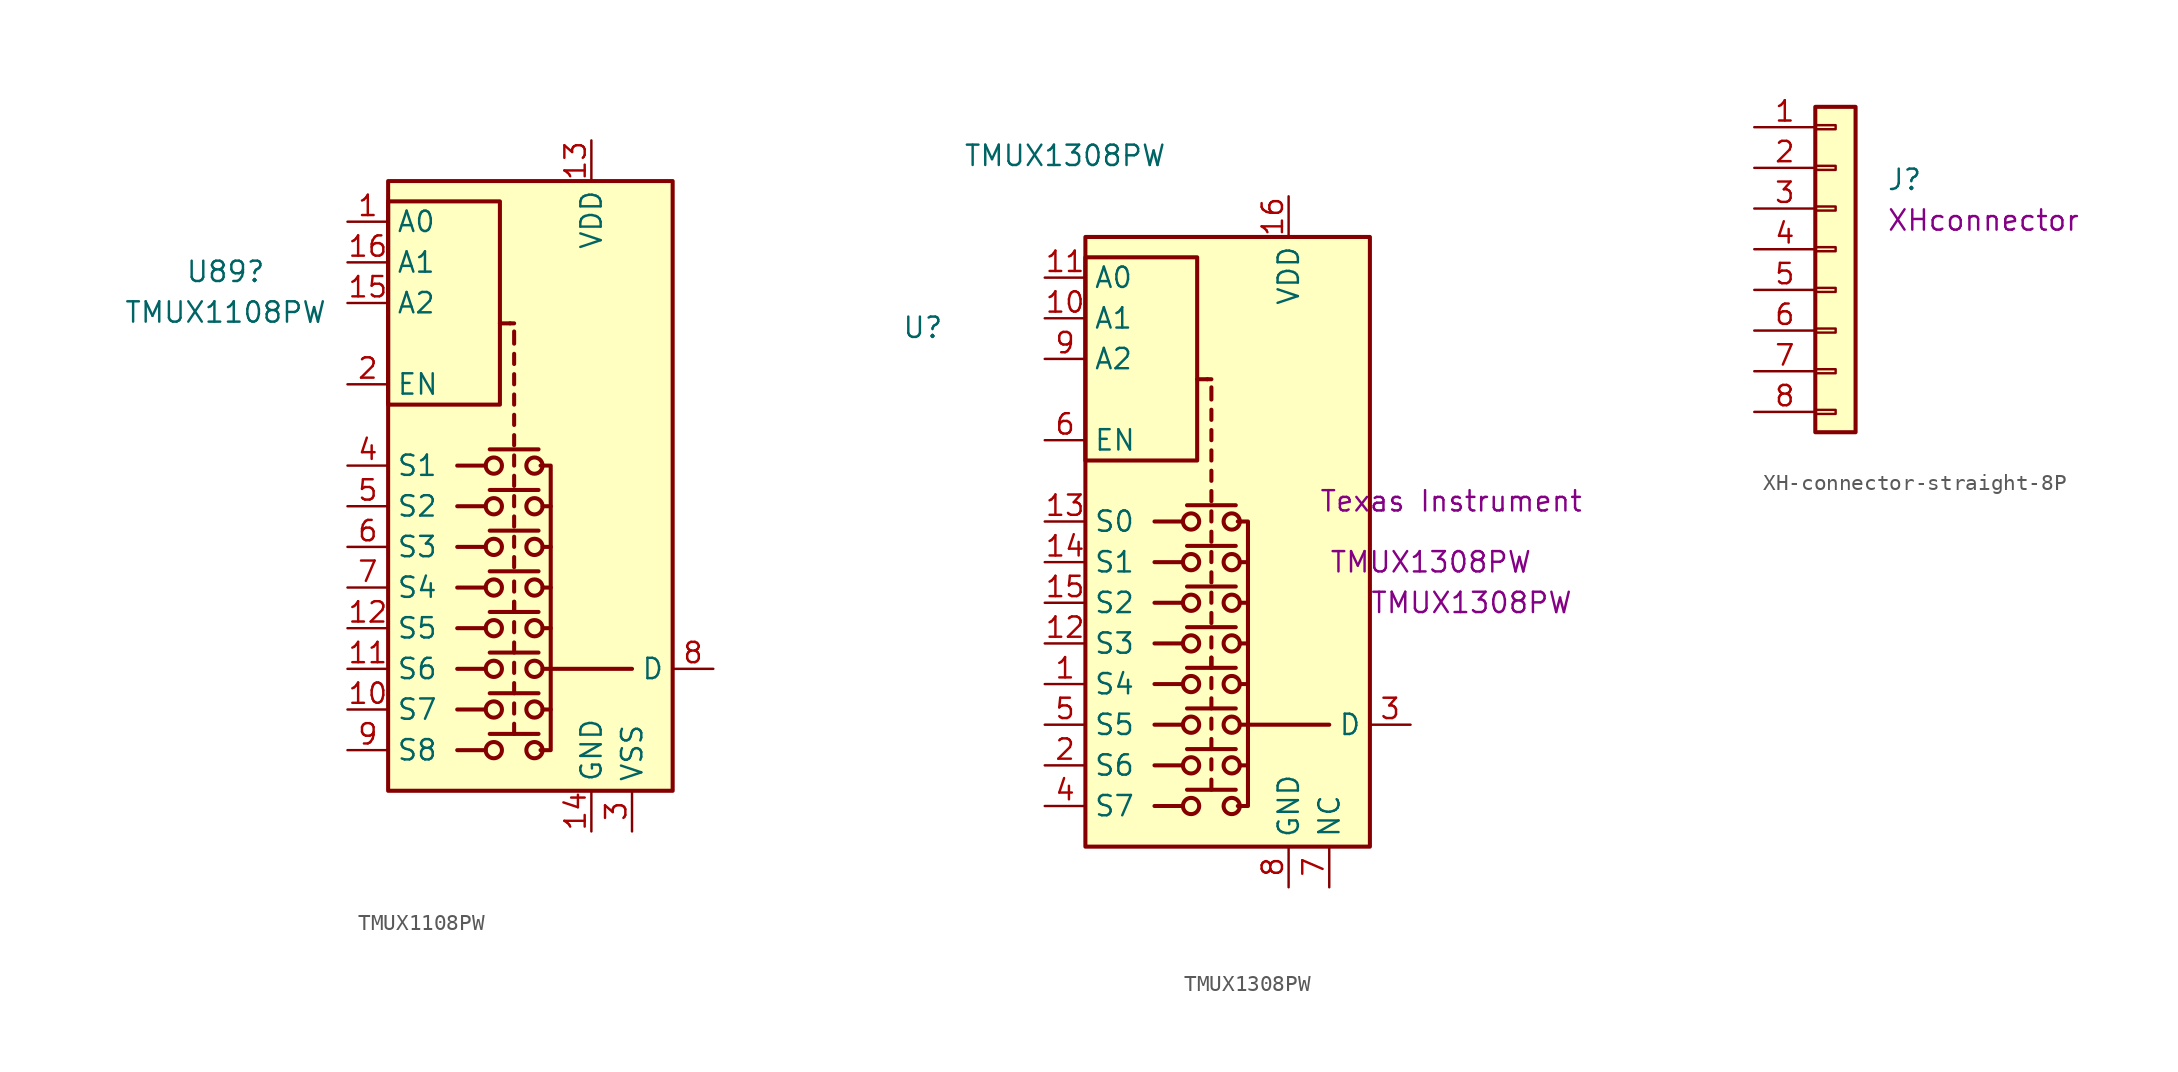
<source format=kicad_sym>
(kicad_symbol_lib
  (version 20220914)
  (generator kicad_symbol_editor)
  (symbol "TMUX1108PW"
    (property "Reference" "U89"
      (at -17.78 14.656 0)
      (effects (font (size 1.27 1.27))))
    (property "Value" "TMUX1108PW"
      (at -17.78 12.116 0)
      (effects (font (size 1.27 1.27))))
    (symbol "TMUX1108PW_0_0"
      (pin power_in line (at 5.08 -20.32 90) (length 2.54) (name "GND" (effects (font (size 1.27 1.27)))) (number "14" (effects (font (size 1.27 1.27))))))
    (symbol "TMUX1108PW_0_1"
      (rectangle (start -7.62 6.35) (end -0.635 19.05) (stroke (width 0.254) (type default)) (fill (type none)))
      (rectangle (start -7.62 20.32) (end 10.16 -17.78) (stroke (width 0.254) (type default)) (fill (type background)))
      (circle (center -1.016 -15.24) (radius 0.508) (stroke (width 0.254) (type default)) (fill (type none)))
      (circle (center -1.016 -12.7) (radius 0.508) (stroke (width 0.254) (type default)) (fill (type none)))
      (circle (center -1.016 -10.16) (radius 0.508) (stroke (width 0.254) (type default)) (fill (type none)))
      (circle (center -1.016 -7.62) (radius 0.508) (stroke (width 0.254) (type default)) (fill (type none)))
      (circle (center -1.016 -5.08) (radius 0.508) (stroke (width 0.254) (type default)) (fill (type none)))
      (circle (center -1.016 -2.54) (radius 0.508) (stroke (width 0.254) (type default)) (fill (type none)))
      (circle (center -1.016 0) (radius 0.508) (stroke (width 0.254) (type default)) (fill (type none)))
      (circle (center -1.016 2.54) (radius 0.508) (stroke (width 0.254) (type default)) (fill (type none)))
      (polyline (pts (xy -1.524 -15.24) (xy -3.302 -15.24)) (stroke (width 0.254) (type default)) (fill (type none)))
      (polyline (pts (xy -1.524 -12.7) (xy -3.302 -12.7)) (stroke (width 0.254) (type default)) (fill (type none)))
      (polyline (pts (xy -1.524 -10.16) (xy -3.302 -10.16)) (stroke (width 0.254) (type default)) (fill (type none)))
      (polyline (pts (xy -1.524 -7.62) (xy -3.302 -7.62)) (stroke (width 0.254) (type default)) (fill (type none)))
      (polyline (pts (xy -1.524 -5.08) (xy -3.302 -5.08)) (stroke (width 0.254) (type default)) (fill (type none)))
      (polyline (pts (xy -1.524 -2.54) (xy -3.302 -2.54)) (stroke (width 0.254) (type default)) (fill (type none)))
      (polyline (pts (xy -1.524 0) (xy -3.302 0)) (stroke (width 0.254) (type default)) (fill (type none)))
      (polyline (pts (xy -1.524 2.54) (xy -3.302 2.54)) (stroke (width 0.254) (type default)) (fill (type none)))
      (polyline (pts (xy -1.27 -14.224) (xy 1.778 -14.224)) (stroke (width 0.254) (type default)) (fill (type none)))
      (polyline (pts (xy -1.27 -11.684) (xy 1.778 -11.684)) (stroke (width 0.254) (type default)) (fill (type none)))
      (polyline (pts (xy -1.27 -9.144) (xy 1.778 -9.144)) (stroke (width 0.254) (type default)) (fill (type none)))
      (polyline (pts (xy -1.27 -6.604) (xy 1.778 -6.604)) (stroke (width 0.254) (type default)) (fill (type none)))
      (polyline (pts (xy -1.27 -4.064) (xy 1.778 -4.064)) (stroke (width 0.254) (type default)) (fill (type none)))
      (polyline (pts (xy -1.27 -1.524) (xy 1.778 -1.524)) (stroke (width 0.254) (type default)) (fill (type none)))
      (polyline (pts (xy -1.27 1.016) (xy 1.778 1.016)) (stroke (width 0.254) (type default)) (fill (type none)))
      (polyline (pts (xy -1.27 3.556) (xy 1.778 3.556)) (stroke (width 0.254) (type default)) (fill (type none)))
      (polyline (pts (xy -0.635 11.43) (xy 0 11.43)) (stroke (width 0.254) (type default)) (fill (type none)))
      (polyline (pts (xy 0.254 -14.224) (xy 0.254 -13.589)) (stroke (width 0.254) (type default)) (fill (type none)))
      (polyline (pts (xy 0.254 -12.954) (xy 0.254 -12.319)) (stroke (width 0.254) (type default)) (fill (type none)))
      (polyline (pts (xy 0.254 -11.684) (xy 0.254 -11.049)) (stroke (width 0.254) (type default)) (fill (type none)))
      (polyline (pts (xy 0.254 -10.414) (xy 0.254 -9.779)) (stroke (width 0.254) (type default)) (fill (type none)))
      (polyline (pts (xy 0.254 -9.144) (xy 0.254 -8.509)) (stroke (width 0.254) (type default)) (fill (type none)))
      (polyline (pts (xy 0.254 -7.874) (xy 0.254 -7.239)) (stroke (width 0.254) (type default)) (fill (type none)))
      (polyline (pts (xy 0.254 -6.604) (xy 0.254 -5.969)) (stroke (width 0.254) (type default)) (fill (type none)))
      (polyline (pts (xy 0.254 -6.604) (xy 0.254 -5.969)) (stroke (width 0.254) (type default)) (fill (type none)))
      (polyline (pts (xy 0.254 -5.334) (xy 0.254 -4.699)) (stroke (width 0.254) (type default)) (fill (type none)))
      (polyline (pts (xy 0.254 -3.81) (xy 0.254 -3.175)) (stroke (width 0.254) (type default)) (fill (type none)))
      (polyline (pts (xy 0.254 -2.54) (xy 0.254 -1.905)) (stroke (width 0.254) (type default)) (fill (type none)))
      (polyline (pts (xy 0.254 -1.27) (xy 0.254 -0.635)) (stroke (width 0.254) (type default)) (fill (type none)))
      (polyline (pts (xy 0.254 0) (xy 0.254 0.635)) (stroke (width 0.254) (type default)) (fill (type none)))
      (polyline (pts (xy 0.254 1.27) (xy 0.254 1.905)) (stroke (width 0.254) (type default)) (fill (type none)))
      (polyline (pts (xy 0.254 2.54) (xy 0.254 3.175)) (stroke (width 0.254) (type default)) (fill (type none)))
      (polyline (pts (xy 0.254 3.81) (xy 0.254 4.445)) (stroke (width 0.254) (type default)) (fill (type none)))
      (polyline (pts (xy 0.254 5.08) (xy 0.254 5.715)) (stroke (width 0.254) (type default)) (fill (type none)))
      (polyline (pts (xy 0.254 6.35) (xy 0.254 6.985)) (stroke (width 0.254) (type default)) (fill (type none)))
      (polyline (pts (xy 0.254 7.62) (xy 0.254 8.255)) (stroke (width 0.254) (type default)) (fill (type none)))
      (polyline (pts (xy 0.254 8.89) (xy 0.254 9.525)) (stroke (width 0.254) (type default)) (fill (type none)))
      (polyline (pts (xy 0.254 10.16) (xy 0.254 10.922)) (stroke (width 0.254) (type default)) (fill (type none)))
      (polyline (pts (xy 0.254 11.43) (xy 0 11.43)) (stroke (width 0.254) (type default)) (fill (type none)))
      (polyline (pts (xy 2.032 -12.7) (xy 2.54 -12.7)) (stroke (width 0.254) (type default)) (fill (type none)))
      (polyline (pts (xy 2.032 -10.16) (xy 2.54 -10.16)) (stroke (width 0.254) (type default)) (fill (type none)))
      (polyline (pts (xy 2.032 -7.62) (xy 2.54 -7.62)) (stroke (width 0.254) (type default)) (fill (type none)))
      (polyline (pts (xy 2.032 -5.08) (xy 2.54 -5.08)) (stroke (width 0.254) (type default)) (fill (type none)))
      (polyline (pts (xy 2.032 -2.54) (xy 2.54 -2.54)) (stroke (width 0.254) (type default)) (fill (type none)))
      (polyline (pts (xy 2.032 0) (xy 2.54 0)) (stroke (width 0.254) (type default)) (fill (type none)))
      (polyline (pts (xy 2.54 -10.16) (xy 7.62 -10.16)) (stroke (width 0.254) (type default)) (fill (type none)))
      (polyline (pts (xy 1.905 2.54) (xy 2.54 2.54) (xy 2.54 -15.24) (xy 1.905 -15.24)) (stroke (width 0.254) (type default)) (fill (type none)))
      (circle (center 1.524 -15.24) (radius 0.508) (stroke (width 0.254) (type default)) (fill (type none)))
      (circle (center 1.524 -12.7) (radius 0.508) (stroke (width 0.254) (type default)) (fill (type none)))
      (circle (center 1.524 -10.16) (radius 0.508) (stroke (width 0.254) (type default)) (fill (type none)))
      (circle (center 1.524 -7.62) (radius 0.508) (stroke (width 0.254) (type default)) (fill (type none)))
      (circle (center 1.524 -5.08) (radius 0.508) (stroke (width 0.254) (type default)) (fill (type none)))
      (circle (center 1.524 -2.54) (radius 0.508) (stroke (width 0.254) (type default)) (fill (type none)))
      (circle (center 1.524 0) (radius 0.508) (stroke (width 0.254) (type default)) (fill (type none)))
      (circle (center 1.524 2.54) (radius 0.508) (stroke (width 0.254) (type default)) (fill (type none))))
    (symbol "TMUX1108PW_1_1"
      (pin input line (at -10.16 17.78 0) (length 2.54) (name "A0" (effects (font (size 1.27 1.27)))) (number "1" (effects (font (size 1.27 1.27)))))
      (pin bidirectional line (at -10.16 -12.7 0) (length 2.54) (name "S7" (effects (font (size 1.27 1.27)))) (number "10" (effects (font (size 1.27 1.27)))))
      (pin bidirectional line (at -10.16 -10.16 0) (length 2.54) (name "S6" (effects (font (size 1.27 1.27)))) (number "11" (effects (font (size 1.27 1.27)))))
      (pin bidirectional line (at -10.16 -7.62 0) (length 2.54) (name "S5" (effects (font (size 1.27 1.27)))) (number "12" (effects (font (size 1.27 1.27)))))
      (pin power_in line (at 5.08 22.86 270) (length 2.54) (name "VDD" (effects (font (size 1.27 1.27)))) (number "13" (effects (font (size 1.27 1.27)))))
      (pin input line (at -10.16 12.7 0) (length 2.54) (name "A2" (effects (font (size 1.27 1.27)))) (number "15" (effects (font (size 1.27 1.27)))))
      (pin input line (at -10.16 15.24 0) (length 2.54) (name "A1" (effects (font (size 1.27 1.27)))) (number "16" (effects (font (size 1.27 1.27)))))
      (pin input line (at -10.16 7.62 0) (length 2.54) (name "EN" (effects (font (size 1.27 1.27)))) (number "2" (effects (font (size 1.27 1.27)))))
      (pin power_in line (at 7.62 -20.32 90) (length 2.54) (name "VSS" (effects (font (size 1.27 1.27)))) (number "3" (effects (font (size 1.27 1.27)))))
      (pin bidirectional line (at -10.16 2.54 0) (length 2.54) (name "S1" (effects (font (size 1.27 1.27)))) (number "4" (effects (font (size 1.27 1.27)))))
      (pin bidirectional line (at -10.16 0 0) (length 2.54) (name "S2" (effects (font (size 1.27 1.27)))) (number "5" (effects (font (size 1.27 1.27)))))
      (pin bidirectional line (at -10.16 -2.54 0) (length 2.54) (name "S3" (effects (font (size 1.27 1.27)))) (number "6" (effects (font (size 1.27 1.27)))))
      (pin bidirectional line (at -10.16 -5.08 0) (length 2.54) (name "S4" (effects (font (size 1.27 1.27)))) (number "7" (effects (font (size 1.27 1.27)))))
      (pin bidirectional line (at 12.7 -10.16 180) (length 2.54) (name "D" (effects (font (size 1.27 1.27)))) (number "8" (effects (font (size 1.27 1.27)))))
      (pin bidirectional line (at -10.16 -15.24 0) (length 2.54) (name "S8" (effects (font (size 1.27 1.27)))) (number "9" (effects (font (size 1.27 1.27)))))))
  (symbol "TMUX1308PW"
    (property "Reference" "U"
      (at -17.78 14.656 0)
      (effects (font (size 1.27 1.27))))
    (property "Value" "TMUX1308PW"
      (at -8.89 25.4 0)
      (effects (font (size 1.27 1.27))))
    (property "MPN" "TMUX1308PW"
      (at 13.97 0 0)
      (effects (font (size 1.27 1.27))))
    (property "Manufacturer" "Texas Instrument"
      (at 15.24 3.81 0)
      (effects (font (size 1.27 1.27))))
    (property "MLC code" ""
      (at 0 0 0)
      (effects (font (size 1.27 1.27))))
    (property "Maib Value" "TMUX1308PW"
      (at 16.51 -2.54 0)
      (effects (font (size 1.27 1.27))))
    (symbol "TMUX1308PW_0_0"
      (pin power_in line (at 5.08 -20.32 90) (length 2.54) (name "GND" (effects (font (size 1.27 1.27)))) (number "8" (effects (font (size 1.27 1.27))))))
    (symbol "TMUX1308PW_0_1"
      (rectangle (start -7.62 6.35) (end -0.635 19.05) (stroke (width 0.254) (type default)) (fill (type none)))
      (rectangle (start -7.62 20.32) (end 10.16 -17.78) (stroke (width 0.254) (type default)) (fill (type background)))
      (circle (center -1.016 -15.24) (radius 0.508) (stroke (width 0.254) (type default)) (fill (type none)))
      (circle (center -1.016 -12.7) (radius 0.508) (stroke (width 0.254) (type default)) (fill (type none)))
      (circle (center -1.016 -10.16) (radius 0.508) (stroke (width 0.254) (type default)) (fill (type none)))
      (circle (center -1.016 -7.62) (radius 0.508) (stroke (width 0.254) (type default)) (fill (type none)))
      (circle (center -1.016 -5.08) (radius 0.508) (stroke (width 0.254) (type default)) (fill (type none)))
      (circle (center -1.016 -2.54) (radius 0.508) (stroke (width 0.254) (type default)) (fill (type none)))
      (circle (center -1.016 0) (radius 0.508) (stroke (width 0.254) (type default)) (fill (type none)))
      (circle (center -1.016 2.54) (radius 0.508) (stroke (width 0.254) (type default)) (fill (type none)))
      (polyline (pts (xy -1.524 -15.24) (xy -3.302 -15.24)) (stroke (width 0.254) (type default)) (fill (type none)))
      (polyline (pts (xy -1.524 -12.7) (xy -3.302 -12.7)) (stroke (width 0.254) (type default)) (fill (type none)))
      (polyline (pts (xy -1.524 -10.16) (xy -3.302 -10.16)) (stroke (width 0.254) (type default)) (fill (type none)))
      (polyline (pts (xy -1.524 -7.62) (xy -3.302 -7.62)) (stroke (width 0.254) (type default)) (fill (type none)))
      (polyline (pts (xy -1.524 -5.08) (xy -3.302 -5.08)) (stroke (width 0.254) (type default)) (fill (type none)))
      (polyline (pts (xy -1.524 -2.54) (xy -3.302 -2.54)) (stroke (width 0.254) (type default)) (fill (type none)))
      (polyline (pts (xy -1.524 0) (xy -3.302 0)) (stroke (width 0.254) (type default)) (fill (type none)))
      (polyline (pts (xy -1.524 2.54) (xy -3.302 2.54)) (stroke (width 0.254) (type default)) (fill (type none)))
      (polyline (pts (xy -1.27 -14.224) (xy 1.778 -14.224)) (stroke (width 0.254) (type default)) (fill (type none)))
      (polyline (pts (xy -1.27 -11.684) (xy 1.778 -11.684)) (stroke (width 0.254) (type default)) (fill (type none)))
      (polyline (pts (xy -1.27 -9.144) (xy 1.778 -9.144)) (stroke (width 0.254) (type default)) (fill (type none)))
      (polyline (pts (xy -1.27 -6.604) (xy 1.778 -6.604)) (stroke (width 0.254) (type default)) (fill (type none)))
      (polyline (pts (xy -1.27 -4.064) (xy 1.778 -4.064)) (stroke (width 0.254) (type default)) (fill (type none)))
      (polyline (pts (xy -1.27 -1.524) (xy 1.778 -1.524)) (stroke (width 0.254) (type default)) (fill (type none)))
      (polyline (pts (xy -1.27 1.016) (xy 1.778 1.016)) (stroke (width 0.254) (type default)) (fill (type none)))
      (polyline (pts (xy -1.27 3.556) (xy 1.778 3.556)) (stroke (width 0.254) (type default)) (fill (type none)))
      (polyline (pts (xy -0.635 11.43) (xy 0 11.43)) (stroke (width 0.254) (type default)) (fill (type none)))
      (polyline (pts (xy 0.254 -14.224) (xy 0.254 -13.589)) (stroke (width 0.254) (type default)) (fill (type none)))
      (polyline (pts (xy 0.254 -12.954) (xy 0.254 -12.319)) (stroke (width 0.254) (type default)) (fill (type none)))
      (polyline (pts (xy 0.254 -11.684) (xy 0.254 -11.049)) (stroke (width 0.254) (type default)) (fill (type none)))
      (polyline (pts (xy 0.254 -10.414) (xy 0.254 -9.779)) (stroke (width 0.254) (type default)) (fill (type none)))
      (polyline (pts (xy 0.254 -9.144) (xy 0.254 -8.509)) (stroke (width 0.254) (type default)) (fill (type none)))
      (polyline (pts (xy 0.254 -7.874) (xy 0.254 -7.239)) (stroke (width 0.254) (type default)) (fill (type none)))
      (polyline (pts (xy 0.254 -6.604) (xy 0.254 -5.969)) (stroke (width 0.254) (type default)) (fill (type none)))
      (polyline (pts (xy 0.254 -6.604) (xy 0.254 -5.969)) (stroke (width 0.254) (type default)) (fill (type none)))
      (polyline (pts (xy 0.254 -5.334) (xy 0.254 -4.699)) (stroke (width 0.254) (type default)) (fill (type none)))
      (polyline (pts (xy 0.254 -3.81) (xy 0.254 -3.175)) (stroke (width 0.254) (type default)) (fill (type none)))
      (polyline (pts (xy 0.254 -2.54) (xy 0.254 -1.905)) (stroke (width 0.254) (type default)) (fill (type none)))
      (polyline (pts (xy 0.254 -1.27) (xy 0.254 -0.635)) (stroke (width 0.254) (type default)) (fill (type none)))
      (polyline (pts (xy 0.254 0) (xy 0.254 0.635)) (stroke (width 0.254) (type default)) (fill (type none)))
      (polyline (pts (xy 0.254 1.27) (xy 0.254 1.905)) (stroke (width 0.254) (type default)) (fill (type none)))
      (polyline (pts (xy 0.254 2.54) (xy 0.254 3.175)) (stroke (width 0.254) (type default)) (fill (type none)))
      (polyline (pts (xy 0.254 3.81) (xy 0.254 4.445)) (stroke (width 0.254) (type default)) (fill (type none)))
      (polyline (pts (xy 0.254 5.08) (xy 0.254 5.715)) (stroke (width 0.254) (type default)) (fill (type none)))
      (polyline (pts (xy 0.254 6.35) (xy 0.254 6.985)) (stroke (width 0.254) (type default)) (fill (type none)))
      (polyline (pts (xy 0.254 7.62) (xy 0.254 8.255)) (stroke (width 0.254) (type default)) (fill (type none)))
      (polyline (pts (xy 0.254 8.89) (xy 0.254 9.525)) (stroke (width 0.254) (type default)) (fill (type none)))
      (polyline (pts (xy 0.254 10.16) (xy 0.254 10.922)) (stroke (width 0.254) (type default)) (fill (type none)))
      (polyline (pts (xy 0.254 11.43) (xy 0 11.43)) (stroke (width 0.254) (type default)) (fill (type none)))
      (polyline (pts (xy 2.032 -12.7) (xy 2.54 -12.7)) (stroke (width 0.254) (type default)) (fill (type none)))
      (polyline (pts (xy 2.032 -10.16) (xy 2.54 -10.16)) (stroke (width 0.254) (type default)) (fill (type none)))
      (polyline (pts (xy 2.032 -7.62) (xy 2.54 -7.62)) (stroke (width 0.254) (type default)) (fill (type none)))
      (polyline (pts (xy 2.032 -5.08) (xy 2.54 -5.08)) (stroke (width 0.254) (type default)) (fill (type none)))
      (polyline (pts (xy 2.032 -2.54) (xy 2.54 -2.54)) (stroke (width 0.254) (type default)) (fill (type none)))
      (polyline (pts (xy 2.032 0) (xy 2.54 0)) (stroke (width 0.254) (type default)) (fill (type none)))
      (polyline (pts (xy 2.54 -10.16) (xy 7.62 -10.16)) (stroke (width 0.254) (type default)) (fill (type none)))
      (polyline (pts (xy 1.905 2.54) (xy 2.54 2.54) (xy 2.54 -15.24) (xy 1.905 -15.24)) (stroke (width 0.254) (type default)) (fill (type none)))
      (circle (center 1.524 -15.24) (radius 0.508) (stroke (width 0.254) (type default)) (fill (type none)))
      (circle (center 1.524 -12.7) (radius 0.508) (stroke (width 0.254) (type default)) (fill (type none)))
      (circle (center 1.524 -10.16) (radius 0.508) (stroke (width 0.254) (type default)) (fill (type none)))
      (circle (center 1.524 -7.62) (radius 0.508) (stroke (width 0.254) (type default)) (fill (type none)))
      (circle (center 1.524 -5.08) (radius 0.508) (stroke (width 0.254) (type default)) (fill (type none)))
      (circle (center 1.524 -2.54) (radius 0.508) (stroke (width 0.254) (type default)) (fill (type none)))
      (circle (center 1.524 0) (radius 0.508) (stroke (width 0.254) (type default)) (fill (type none)))
      (circle (center 1.524 2.54) (radius 0.508) (stroke (width 0.254) (type default)) (fill (type none))))
    (symbol "TMUX1308PW_1_1"
      (pin bidirectional line (at -10.16 -7.62 0) (length 2.54) (name "S4" (effects (font (size 1.27 1.27)))) (number "1" (effects (font (size 1.27 1.27)))))
      (pin input line (at -10.16 15.24 0) (length 2.54) (name "A1" (effects (font (size 1.27 1.27)))) (number "10" (effects (font (size 1.27 1.27)))))
      (pin input line (at -10.16 17.78 0) (length 2.54) (name "A0" (effects (font (size 1.27 1.27)))) (number "11" (effects (font (size 1.27 1.27)))))
      (pin bidirectional line (at -10.16 -5.08 0) (length 2.54) (name "S3" (effects (font (size 1.27 1.27)))) (number "12" (effects (font (size 1.27 1.27)))))
      (pin bidirectional line (at -10.16 2.54 0) (length 2.54) (name "S0" (effects (font (size 1.27 1.27)))) (number "13" (effects (font (size 1.27 1.27)))))
      (pin bidirectional line (at -10.16 0 0) (length 2.54) (name "S1" (effects (font (size 1.27 1.27)))) (number "14" (effects (font (size 1.27 1.27)))))
      (pin bidirectional line (at -10.16 -2.54 0) (length 2.54) (name "S2" (effects (font (size 1.27 1.27)))) (number "15" (effects (font (size 1.27 1.27)))))
      (pin power_in line (at 5.08 22.86 270) (length 2.54) (name "VDD" (effects (font (size 1.27 1.27)))) (number "16" (effects (font (size 1.27 1.27)))))
      (pin bidirectional line (at -10.16 -12.7 0) (length 2.54) (name "S6" (effects (font (size 1.27 1.27)))) (number "2" (effects (font (size 1.27 1.27)))))
      (pin bidirectional line (at 12.7 -10.16 180) (length 2.54) (name "D" (effects (font (size 1.27 1.27)))) (number "3" (effects (font (size 1.27 1.27)))))
      (pin bidirectional line (at -10.16 -15.24 0) (length 2.54) (name "S7" (effects (font (size 1.27 1.27)))) (number "4" (effects (font (size 1.27 1.27)))))
      (pin bidirectional line (at -10.16 -10.16 0) (length 2.54) (name "S5" (effects (font (size 1.27 1.27)))) (number "5" (effects (font (size 1.27 1.27)))))
      (pin input line (at -10.16 7.62 0) (length 2.54) (name "EN" (effects (font (size 1.27 1.27)))) (number "6" (effects (font (size 1.27 1.27)))))
      (pin power_in line (at 7.62 -20.32 90) (length 2.54) (name "NC" (effects (font (size 1.27 1.27)))) (number "7" (effects (font (size 1.27 1.27)))))
      (pin input line (at -10.16 12.7 0) (length 2.54) (name "A2" (effects (font (size 1.27 1.27)))) (number "9" (effects (font (size 1.27 1.27)))))))
  (symbol "XH-connector-straight-8P"
    (pin_names
      (offset 1.016) hide)
    (property "Reference" "J"
      (at 3.175 1.803 0)
      (effects (font (size 1.27 1.27)) (justify left)))
    (property "Main Value" "XHconnector"
      (at 3.175 -0.737 0)
      (effects (font (size 1.27 1.27)) (justify left)))
    (symbol "XH-connector-straight-8P_1_1"
      (rectangle (start -1.27 -12.573) (end 0 -12.827) (stroke (width 0.152) (type default)) (fill (type none)))
      (rectangle (start -1.27 -10.033) (end 0 -10.287) (stroke (width 0.152) (type default)) (fill (type none)))
      (rectangle (start -1.27 -7.493) (end 0 -7.747) (stroke (width 0.152) (type default)) (fill (type none)))
      (rectangle (start -1.27 -4.953) (end 0 -5.207) (stroke (width 0.152) (type default)) (fill (type none)))
      (rectangle (start -1.27 -2.413) (end 0 -2.667) (stroke (width 0.152) (type default)) (fill (type none)))
      (rectangle (start -1.27 0.127) (end 0 -0.127) (stroke (width 0.152) (type default)) (fill (type none)))
      (rectangle (start -1.27 2.667) (end 0 2.413) (stroke (width 0.152) (type default)) (fill (type none)))
      (rectangle (start -1.27 5.207) (end 0 4.953) (stroke (width 0.152) (type default)) (fill (type none)))
      (rectangle (start -1.27 6.35) (end 1.245 -13.97) (stroke (width 0.254) (type default)) (fill (type background)))
      (pin passive line (at -5.08 5.08 0) (length 3.81) (name "Pin_1" (effects (font (size 1.27 1.27)))) (number "1" (effects (font (size 1.27 1.27)))))
      (pin passive line (at -5.08 2.54 0) (length 3.81) (name "Pin_2" (effects (font (size 1.27 1.27)))) (number "2" (effects (font (size 1.27 1.27)))))
      (pin passive line (at -5.08 0 0) (length 3.81) (name "Pin_3" (effects (font (size 1.27 1.27)))) (number "3" (effects (font (size 1.27 1.27)))))
      (pin passive line (at -5.08 -2.54 0) (length 3.81) (name "Pin_4" (effects (font (size 1.27 1.27)))) (number "4" (effects (font (size 1.27 1.27)))))
      (pin passive line (at -5.08 -5.08 0) (length 3.81) (name "Pin_4" (effects (font (size 1.27 1.27)))) (number "5" (effects (font (size 1.27 1.27)))))
      (pin passive line (at -5.08 -7.62 0) (length 3.81) (name "Pin_4" (effects (font (size 1.27 1.27)))) (number "6" (effects (font (size 1.27 1.27)))))
      (pin passive line (at -5.08 -10.16 0) (length 3.81) (name "Pin_4" (effects (font (size 1.27 1.27)))) (number "7" (effects (font (size 1.27 1.27)))))
      (pin passive line (at -5.08 -12.7 0) (length 3.81) (name "Pin_4" (effects (font (size 1.27 1.27)))) (number "8" (effects (font (size 1.27 1.27))))))))
</source>
